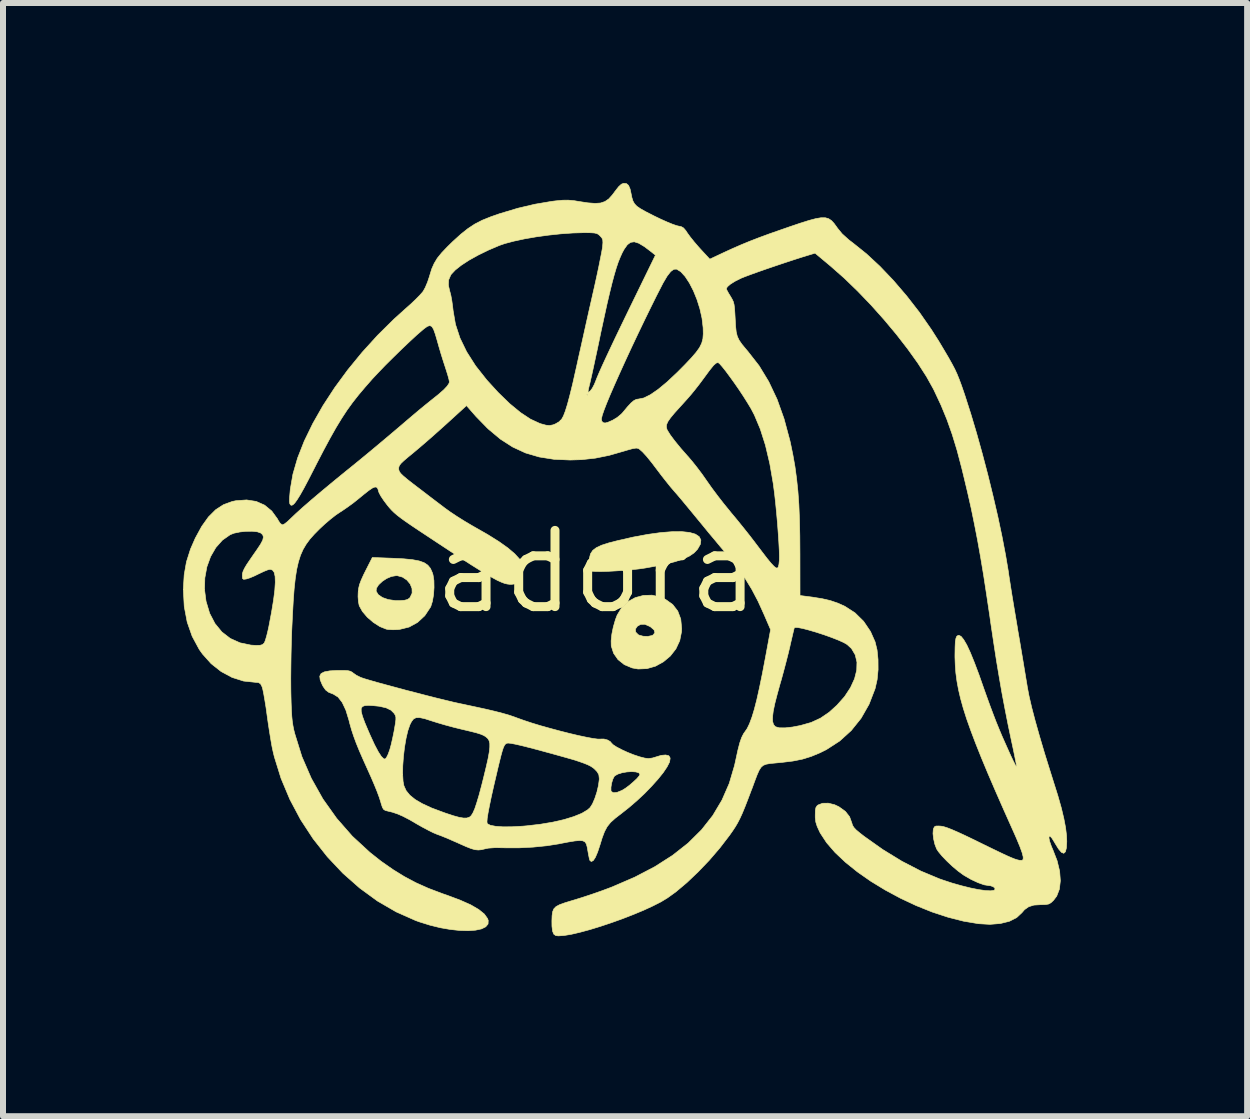
<source format=kicad_pcb>
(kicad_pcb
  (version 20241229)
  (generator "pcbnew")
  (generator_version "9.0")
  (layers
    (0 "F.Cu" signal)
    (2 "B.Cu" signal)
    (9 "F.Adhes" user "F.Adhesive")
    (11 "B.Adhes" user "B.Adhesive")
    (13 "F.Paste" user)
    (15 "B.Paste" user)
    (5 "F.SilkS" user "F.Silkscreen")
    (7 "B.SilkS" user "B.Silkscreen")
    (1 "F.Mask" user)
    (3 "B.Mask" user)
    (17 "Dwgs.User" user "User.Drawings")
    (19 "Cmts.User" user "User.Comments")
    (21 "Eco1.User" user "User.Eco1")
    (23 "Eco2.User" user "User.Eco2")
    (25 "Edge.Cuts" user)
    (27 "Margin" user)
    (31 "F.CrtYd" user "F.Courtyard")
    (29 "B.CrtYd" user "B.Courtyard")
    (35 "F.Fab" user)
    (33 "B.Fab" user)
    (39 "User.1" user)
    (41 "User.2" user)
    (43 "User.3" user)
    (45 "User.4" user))
  (footprint "adora"
    (layer "F.Cu")
    (at 6.893 6.478)
    (property "Reference" "adora" (at 0 0 0) (layer "F.SilkS") (effects (font (size 1.27 1.27) (thickness 0.15))))
    (attr through_hole)
    (fp_poly (pts (xy 1.547 -0.656) (xy 1.644 -0.628) (xy 1.707 -0.586) (xy 1.735 -0.53) (xy 1.727 -0.46) (xy 1.679 -0.376) (xy 1.677 -0.374) (xy 1.621 -0.315) (xy 1.543 -0.262) (xy 1.44 -0.214) (xy 1.308 -0.17) (xy 1.144 -0.128) (xy 0.943 -0.088) (xy 0.804 -0.063) (xy 0.701 -0.048) (xy 0.579 -0.035) (xy 0.447 -0.024) (xy 0.313 -0.015) (xy 0.185 -0.008) (xy 0.071 -0.005) (xy -0.019 -0.006) (xy -0.079 -0.011) (xy -0.09 -0.013) (xy -0.112 -0.029) (xy -0.124 -0.066) (xy -0.127 -0.134) (xy -0.127 -0.14) (xy -0.122 -0.228) (xy -0.104 -0.299) (xy -0.067 -0.356) (xy -0.007 -0.402) (xy 0.08 -0.443) (xy 0.201 -0.482) (xy 0.341 -0.518) (xy 0.608 -0.579) (xy 0.851 -0.624) (xy 1.067 -0.654) (xy 1.257 -0.669) (xy 1.417 -0.67) (xy 1.547 -0.656)) (stroke (width 0.01) (type solid)) (fill yes) (layer "F.SilkS"))
    (fp_poly (pts (xy 1.066 0.423) (xy 1.146 0.459) (xy 1.266 0.545) (xy 1.35 0.654) (xy 1.4 0.787) (xy 1.415 0.944) (xy 1.413 0.997) (xy 1.383 1.147) (xy 1.319 1.284) (xy 1.226 1.403) (xy 1.11 1.5) (xy 0.979 1.572) (xy 0.836 1.613) (xy 0.689 1.619) (xy 0.589 1.601) (xy 0.459 1.546) (xy 0.355 1.463) (xy 0.281 1.357) (xy 0.242 1.235) (xy 0.24 1.149) (xy 0.252 1.038) (xy 0.269 0.954) (xy 0.644 0.954) (xy 0.649 1.004) (xy 0.691 1.047) (xy 0.704 1.054) (xy 0.773 1.073) (xy 0.852 1.076) (xy 0.919 1.062) (xy 0.941 1.051) (xy 0.969 1.012) (xy 0.955 0.968) (xy 0.9 0.92) (xy 0.884 0.91) (xy 0.802 0.874) (xy 0.733 0.875) (xy 0.677 0.906) (xy 0.644 0.954) (xy 0.269 0.954) (xy 0.277 0.917) (xy 0.311 0.798) (xy 0.34 0.722) (xy 0.415 0.597) (xy 0.518 0.498) (xy 0.641 0.43) (xy 0.778 0.393) (xy 0.922 0.389) (xy 1.066 0.423)) (stroke (width 0.01) (type solid)) (fill yes) (layer "F.SilkS"))
    (fp_poly (pts (xy -3.399 -0.226) (xy -3.217 -0.217) (xy -3.073 -0.203) (xy -2.961 -0.182) (xy -2.876 -0.152) (xy -2.815 -0.111) (xy -2.771 -0.057) (xy -2.74 0.012) (xy -2.728 0.05) (xy -2.713 0.145) (xy -2.711 0.26) (xy -2.719 0.381) (xy -2.738 0.492) (xy -2.765 0.578) (xy -2.77 0.588) (xy -2.865 0.731) (xy -2.986 0.843) (xy -3.126 0.92) (xy -3.284 0.959) (xy -3.313 0.962) (xy -3.394 0.965) (xy -3.47 0.961) (xy -3.507 0.955) (xy -3.614 0.912) (xy -3.722 0.843) (xy -3.823 0.756) (xy -3.904 0.661) (xy -3.956 0.567) (xy -3.959 0.557) (xy -3.971 0.495) (xy -3.977 0.412) (xy -3.975 0.347) (xy -3.973 0.322) (xy -3.676 0.322) (xy -3.64 0.381) (xy -3.571 0.428) (xy -3.475 0.462) (xy -3.359 0.479) (xy -3.283 0.48) (xy -3.204 0.474) (xy -3.153 0.461) (xy -3.12 0.438) (xy -3.109 0.425) (xy -3.076 0.355) (xy -3.078 0.278) (xy -3.108 0.203) (xy -3.163 0.137) (xy -3.236 0.088) (xy -3.323 0.064) (xy -3.344 0.064) (xy -3.421 0.077) (xy -3.501 0.111) (xy -3.575 0.16) (xy -3.635 0.217) (xy -3.671 0.274) (xy -3.676 0.322) (xy -3.973 0.322) (xy -3.968 0.278) (xy -3.953 0.213) (xy -3.925 0.139) (xy -3.883 0.046) (xy -3.853 -0.014) (xy -3.739 -0.239) (xy -3.399 -0.226)) (stroke (width 0.01) (type solid)) (fill yes) (layer "F.SilkS"))
    (fp_poly (pts (xy -4.145 1.647) (xy -4.104 1.657) (xy -4.073 1.674) (xy -4.06 1.685) (xy -4.008 1.722) (xy -3.94 1.756) (xy -3.926 1.762) (xy -3.87 1.781) (xy -3.779 1.808) (xy -3.658 1.843) (xy -3.515 1.882) (xy -3.355 1.925) (xy -3.185 1.971) (xy -3.01 2.016) (xy -2.837 2.061) (xy -2.672 2.103) (xy -2.52 2.14) (xy -2.388 2.172) (xy -2.283 2.195) (xy -2.254 2.201) (xy -2.034 2.248) (xy -1.85 2.288) (xy -1.697 2.324) (xy -1.57 2.357) (xy -1.464 2.387) (xy -1.373 2.418) (xy -1.325 2.436) (xy -1.213 2.476) (xy -1.08 2.52) (xy -0.932 2.565) (xy -0.774 2.609) (xy -0.614 2.652) (xy -0.457 2.692) (xy -0.309 2.727) (xy -0.177 2.755) (xy -0.066 2.776) (xy 0.017 2.787) (xy 0.066 2.787) (xy 0.069 2.786) (xy 0.121 2.786) (xy 0.18 2.802) (xy 0.226 2.829) (xy 0.24 2.847) (xy 0.27 2.879) (xy 0.331 2.919) (xy 0.415 2.963) (xy 0.513 3.008) (xy 0.616 3.049) (xy 0.715 3.082) (xy 0.801 3.104) (xy 0.86 3.111) (xy 0.925 3.103) (xy 0.996 3.082) (xy 1.005 3.079) (xy 1.075 3.058) (xy 1.142 3.052) (xy 1.15 3.052) (xy 1.2 3.064) (xy 1.22 3.094) (xy 1.223 3.112) (xy 1.213 3.17) (xy 1.172 3.25) (xy 1.107 3.347) (xy 1.019 3.456) (xy 0.914 3.573) (xy 0.796 3.695) (xy 0.667 3.815) (xy 0.533 3.93) (xy 0.414 4.024) (xy 0.309 4.105) (xy 0.231 4.175) (xy 0.174 4.246) (xy 0.13 4.328) (xy 0.091 4.431) (xy 0.056 4.545) (xy 0.015 4.669) (xy -0.023 4.758) (xy -0.059 4.812) (xy -0.091 4.827) (xy -0.114 4.809) (xy -0.123 4.78) (xy -0.135 4.722) (xy -0.147 4.655) (xy -0.159 4.586) (xy -0.173 4.535) (xy -0.195 4.501) (xy -0.231 4.482) (xy -0.286 4.477) (xy -0.365 4.484) (xy -0.475 4.502) (xy -0.621 4.53) (xy -0.627 4.532) (xy -0.831 4.564) (xy -1.059 4.587) (xy -1.292 4.599) (xy -1.513 4.599) (xy -1.556 4.598) (xy -1.694 4.596) (xy -1.805 4.604) (xy -1.863 4.616) (xy -1.921 4.63) (xy -1.973 4.635) (xy -2.027 4.63) (xy -2.091 4.612) (xy -2.175 4.579) (xy -2.286 4.53) (xy -2.31 4.519) (xy -2.415 4.473) (xy -2.517 4.429) (xy -2.604 4.394) (xy -2.662 4.373) (xy -2.722 4.348) (xy -2.806 4.306) (xy -2.904 4.254) (xy -2.998 4.201) (xy -3.06 4.164) (xy -1.829 4.164) (xy -1.825 4.194) (xy -1.823 4.197) (xy -1.773 4.223) (xy -1.685 4.24) (xy -1.563 4.249) (xy -1.411 4.248) (xy -1.233 4.238) (xy -1.164 4.232) (xy -0.94 4.206) (xy -0.732 4.171) (xy -0.544 4.128) (xy -0.382 4.078) (xy -0.249 4.024) (xy -0.152 3.966) (xy -0.11 3.928) (xy -0.07 3.865) (xy -0.031 3.774) (xy 0.004 3.667) (xy 0.022 3.589) (xy 0.237 3.589) (xy 0.237 3.644) (xy 0.242 3.66) (xy 0.279 3.681) (xy 0.341 3.674) (xy 0.42 3.642) (xy 0.478 3.607) (xy 0.545 3.557) (xy 0.611 3.5) (xy 0.669 3.446) (xy 0.707 3.401) (xy 0.72 3.375) (xy 0.701 3.349) (xy 0.652 3.334) (xy 0.582 3.329) (xy 0.502 3.334) (xy 0.422 3.348) (xy 0.352 3.37) (xy 0.301 3.399) (xy 0.292 3.409) (xy 0.268 3.455) (xy 0.248 3.521) (xy 0.237 3.589) (xy 0.022 3.589) (xy 0.029 3.559) (xy 0.042 3.462) (xy 0.042 3.441) (xy 0.035 3.38) (xy 0.006 3.33) (xy -0.031 3.291) (xy -0.063 3.264) (xy -0.101 3.239) (xy -0.151 3.214) (xy -0.216 3.188) (xy -0.301 3.158) (xy -0.409 3.124) (xy -0.546 3.085) (xy -0.715 3.038) (xy -0.92 2.982) (xy -0.948 2.974) (xy -1.12 2.929) (xy -1.254 2.895) (xy -1.356 2.872) (xy -1.429 2.858) (xy -1.476 2.853) (xy -1.501 2.857) (xy -1.502 2.857) (xy -1.521 2.87) (xy -1.538 2.892) (xy -1.555 2.927) (xy -1.573 2.981) (xy -1.595 3.06) (xy -1.622 3.168) (xy -1.657 3.313) (xy -1.659 3.323) (xy -1.713 3.553) (xy -1.756 3.744) (xy -1.788 3.899) (xy -1.811 4.019) (xy -1.825 4.107) (xy -1.829 4.164) (xy -3.06 4.164) (xy -3.125 4.127) (xy -3.229 4.073) (xy -3.319 4.034) (xy -3.405 4.005) (xy -3.48 3.987) (xy -3.523 3.976) (xy -3.551 3.958) (xy -3.571 3.925) (xy -3.59 3.867) (xy -3.603 3.822) (xy -3.625 3.754) (xy -3.661 3.657) (xy -3.708 3.542) (xy -3.762 3.416) (xy -3.782 3.372) (xy -3.234 3.372) (xy -3.227 3.49) (xy -3.213 3.564) (xy -3.176 3.646) (xy -3.114 3.722) (xy -3.025 3.794) (xy -2.905 3.864) (xy -2.751 3.935) (xy -2.558 4.007) (xy -2.519 4.021) (xy -2.389 4.064) (xy -2.291 4.091) (xy -2.218 4.103) (xy -2.164 4.102) (xy -2.122 4.088) (xy -2.118 4.086) (xy -2.091 4.062) (xy -2.063 4.017) (xy -2.032 3.947) (xy -1.999 3.848) (xy -1.96 3.718) (xy -1.916 3.552) (xy -1.886 3.433) (xy -1.843 3.256) (xy -1.811 3.115) (xy -1.791 3.005) (xy -1.782 2.922) (xy -1.782 2.86) (xy -1.793 2.814) (xy -1.813 2.781) (xy -1.821 2.772) (xy -1.85 2.747) (xy -1.884 2.726) (xy -1.931 2.706) (xy -1.997 2.685) (xy -2.09 2.661) (xy -2.216 2.631) (xy -2.254 2.622) (xy -2.384 2.59) (xy -2.525 2.552) (xy -2.658 2.513) (xy -2.75 2.484) (xy -2.865 2.447) (xy -2.949 2.429) (xy -3.009 2.43) (xy -3.052 2.451) (xy -3.086 2.495) (xy -3.113 2.548) (xy -3.148 2.649) (xy -3.178 2.778) (xy -3.203 2.925) (xy -3.221 3.08) (xy -3.232 3.232) (xy -3.234 3.372) (xy -3.782 3.372) (xy -3.808 3.314) (xy -3.89 3.132) (xy -3.956 2.981) (xy -4.008 2.853) (xy -4.05 2.739) (xy -4.085 2.633) (xy -4.115 2.527) (xy -4.129 2.471) (xy -4.18 2.305) (xy -4.193 2.277) (xy -3.925 2.277) (xy -3.924 2.329) (xy -3.904 2.406) (xy -3.865 2.512) (xy -3.807 2.649) (xy -3.776 2.72) (xy -3.703 2.879) (xy -3.64 2.998) (xy -3.589 3.077) (xy -3.548 3.116) (xy -3.525 3.119) (xy -3.503 3.094) (xy -3.476 3.04) (xy -3.45 2.968) (xy -3.449 2.966) (xy -3.425 2.879) (xy -3.4 2.769) (xy -3.377 2.657) (xy -3.371 2.622) (xy -3.355 2.528) (xy -3.347 2.464) (xy -3.347 2.423) (xy -3.355 2.393) (xy -3.372 2.364) (xy -3.373 2.361) (xy -3.427 2.306) (xy -3.509 2.266) (xy -3.623 2.24) (xy -3.722 2.23) (xy -3.804 2.225) (xy -3.865 2.229) (xy -3.905 2.245) (xy -3.925 2.277) (xy -4.193 2.277) (xy -4.241 2.176) (xy -4.31 2.087) (xy -4.388 2.038) (xy -4.391 2.037) (xy -4.467 2.007) (xy -4.517 1.969) (xy -4.558 1.911) (xy -4.574 1.881) (xy -4.608 1.8) (xy -4.615 1.739) (xy -4.593 1.695) (xy -4.538 1.667) (xy -4.447 1.65) (xy -4.318 1.643) (xy -4.304 1.643) (xy -4.209 1.643) (xy -4.145 1.647)) (stroke (width 0.01) (type solid)) (fill yes) (layer "F.SilkS"))
    (fp_poly (pts (xy 0.495 -6.469) (xy 0.53 -6.439) (xy 0.556 -6.378) (xy 0.571 -6.309) (xy 0.586 -6.235) (xy 0.604 -6.178) (xy 0.63 -6.132) (xy 0.669 -6.091) (xy 0.729 -6.05) (xy 0.814 -6.002) (xy 0.93 -5.943) (xy 0.955 -5.93) (xy 1.067 -5.876) (xy 1.172 -5.829) (xy 1.263 -5.792) (xy 1.329 -5.769) (xy 1.353 -5.763) (xy 1.407 -5.752) (xy 1.446 -5.73) (xy 1.484 -5.686) (xy 1.512 -5.643) (xy 1.558 -5.58) (xy 1.623 -5.499) (xy 1.696 -5.414) (xy 1.733 -5.373) (xy 1.884 -5.21) (xy 2.122 -5.322) (xy 2.266 -5.388) (xy 2.406 -5.449) (xy 2.549 -5.508) (xy 2.704 -5.568) (xy 2.878 -5.632) (xy 3.081 -5.703) (xy 3.216 -5.75) (xy 3.393 -5.81) (xy 3.536 -5.855) (xy 3.649 -5.885) (xy 3.738 -5.9) (xy 3.808 -5.9) (xy 3.864 -5.884) (xy 3.912 -5.852) (xy 3.955 -5.805) (xy 4.001 -5.742) (xy 4.012 -5.726) (xy 4.089 -5.632) (xy 4.201 -5.531) (xy 4.278 -5.472) (xy 4.495 -5.298) (xy 4.719 -5.09) (xy 4.944 -4.854) (xy 5.165 -4.596) (xy 5.377 -4.323) (xy 5.574 -4.04) (xy 5.7 -3.842) (xy 5.79 -3.691) (xy 5.862 -3.569) (xy 5.919 -3.467) (xy 5.966 -3.378) (xy 6.005 -3.293) (xy 6.041 -3.204) (xy 6.078 -3.104) (xy 6.119 -2.985) (xy 6.137 -2.932) (xy 6.233 -2.632) (xy 6.33 -2.307) (xy 6.425 -1.966) (xy 6.517 -1.616) (xy 6.603 -1.265) (xy 6.683 -0.92) (xy 6.753 -0.589) (xy 6.812 -0.281) (xy 6.859 -0.002) (xy 6.868 0.064) (xy 6.881 0.147) (xy 6.899 0.264) (xy 6.922 0.408) (xy 6.949 0.571) (xy 6.978 0.744) (xy 7.008 0.922) (xy 7.016 0.974) (xy 7.047 1.152) (xy 7.077 1.332) (xy 7.106 1.504) (xy 7.132 1.661) (xy 7.154 1.794) (xy 7.171 1.895) (xy 7.174 1.916) (xy 7.203 2.069) (xy 7.247 2.259) (xy 7.306 2.484) (xy 7.378 2.74) (xy 7.462 3.024) (xy 7.559 3.335) (xy 7.608 3.491) (xy 7.683 3.729) (xy 7.741 3.934) (xy 7.783 4.11) (xy 7.812 4.262) (xy 7.828 4.394) (xy 7.832 4.493) (xy 7.826 4.6) (xy 7.809 4.665) (xy 7.782 4.69) (xy 7.743 4.674) (xy 7.694 4.616) (xy 7.634 4.519) (xy 7.63 4.511) (xy 7.586 4.44) (xy 7.556 4.406) (xy 7.538 4.405) (xy 7.535 4.435) (xy 7.547 4.492) (xy 7.575 4.573) (xy 7.6 4.631) (xy 7.671 4.814) (xy 7.713 4.988) (xy 7.725 5.147) (xy 7.709 5.287) (xy 7.664 5.404) (xy 7.609 5.476) (xy 7.568 5.514) (xy 7.53 5.535) (xy 7.481 5.544) (xy 7.405 5.546) (xy 7.399 5.546) (xy 7.284 5.553) (xy 7.198 5.58) (xy 7.128 5.629) (xy 7.084 5.68) (xy 6.996 5.762) (xy 6.875 5.823) (xy 6.725 5.86) (xy 6.552 5.874) (xy 6.361 5.863) (xy 6.112 5.821) (xy 5.853 5.755) (xy 5.588 5.668) (xy 5.322 5.561) (xy 5.06 5.438) (xy 4.807 5.302) (xy 4.566 5.155) (xy 4.344 5) (xy 4.144 4.839) (xy 3.971 4.676) (xy 3.83 4.513) (xy 3.725 4.353) (xy 3.714 4.331) (xy 3.673 4.242) (xy 3.65 4.169) (xy 3.641 4.094) (xy 3.641 4.052) (xy 3.643 3.975) (xy 3.652 3.928) (xy 3.671 3.899) (xy 3.688 3.885) (xy 3.764 3.856) (xy 3.859 3.855) (xy 3.964 3.881) (xy 4.036 3.915) (xy 4.143 3.992) (xy 4.213 4.081) (xy 4.25 4.183) (xy 4.262 4.223) (xy 4.284 4.259) (xy 4.322 4.3) (xy 4.384 4.352) (xy 4.456 4.408) (xy 4.768 4.629) (xy 5.085 4.823) (xy 5.402 4.987) (xy 5.711 5.116) (xy 5.757 5.132) (xy 5.92 5.186) (xy 6.079 5.231) (xy 6.228 5.268) (xy 6.363 5.295) (xy 6.476 5.311) (xy 6.564 5.315) (xy 6.619 5.307) (xy 6.632 5.299) (xy 6.636 5.274) (xy 6.609 5.248) (xy 6.563 5.231) (xy 6.533 5.228) (xy 6.454 5.215) (xy 6.353 5.179) (xy 6.239 5.126) (xy 6.123 5.059) (xy 6.106 5.048) (xy 6.02 4.985) (xy 5.926 4.906) (xy 5.835 4.82) (xy 5.754 4.736) (xy 5.692 4.661) (xy 5.664 4.618) (xy 5.634 4.54) (xy 5.613 4.449) (xy 5.603 4.361) (xy 5.608 4.292) (xy 5.612 4.279) (xy 5.627 4.249) (xy 5.652 4.236) (xy 5.699 4.235) (xy 5.739 4.238) (xy 5.781 4.246) (xy 5.838 4.264) (xy 5.913 4.293) (xy 6.01 4.335) (xy 6.134 4.392) (xy 6.288 4.466) (xy 6.41 4.526) (xy 6.578 4.608) (xy 6.713 4.673) (xy 6.818 4.723) (xy 6.9 4.759) (xy 6.962 4.784) (xy 7.009 4.799) (xy 7.045 4.807) (xy 7.076 4.808) (xy 7.088 4.807) (xy 7.105 4.792) (xy 7.106 4.751) (xy 7.088 4.68) (xy 7.051 4.578) (xy 6.995 4.443) (xy 6.949 4.339) (xy 6.788 3.979) (xy 6.645 3.654) (xy 6.519 3.361) (xy 6.409 3.097) (xy 6.314 2.859) (xy 6.233 2.645) (xy 6.164 2.451) (xy 6.108 2.275) (xy 6.063 2.113) (xy 6.028 1.963) (xy 6.002 1.822) (xy 5.984 1.687) (xy 5.974 1.555) (xy 5.969 1.423) (xy 5.969 1.382) (xy 5.971 1.256) (xy 5.975 1.166) (xy 5.985 1.108) (xy 5.999 1.074) (xy 6.021 1.06) (xy 6.035 1.058) (xy 6.071 1.076) (xy 6.114 1.129) (xy 6.166 1.218) (xy 6.225 1.345) (xy 6.292 1.51) (xy 6.369 1.714) (xy 6.451 1.948) (xy 6.5 2.085) (xy 6.555 2.237) (xy 6.611 2.386) (xy 6.66 2.513) (xy 6.664 2.522) (xy 6.706 2.625) (xy 6.753 2.737) (xy 6.804 2.852) (xy 6.854 2.964) (xy 6.9 3.066) (xy 6.941 3.152) (xy 6.973 3.215) (xy 6.992 3.25) (xy 6.997 3.254) (xy 6.995 3.233) (xy 6.985 3.176) (xy 6.968 3.09) (xy 6.946 2.982) (xy 6.919 2.856) (xy 6.91 2.814) (xy 6.854 2.547) (xy 6.803 2.288) (xy 6.754 2.03) (xy 6.708 1.765) (xy 6.661 1.484) (xy 6.614 1.179) (xy 6.564 0.843) (xy 6.55 0.742) (xy 6.496 0.381) (xy 6.446 0.055) (xy 6.396 -0.245) (xy 6.346 -0.525) (xy 6.294 -0.792) (xy 6.24 -1.055) (xy 6.18 -1.321) (xy 6.114 -1.597) (xy 6.083 -1.725) (xy 6.004 -2.025) (xy 5.922 -2.293) (xy 5.834 -2.541) (xy 5.736 -2.779) (xy 5.623 -3.02) (xy 5.609 -3.048) (xy 5.495 -3.253) (xy 5.351 -3.477) (xy 5.182 -3.713) (xy 4.993 -3.957) (xy 4.788 -4.202) (xy 4.572 -4.444) (xy 4.35 -4.675) (xy 4.127 -4.891) (xy 3.907 -5.085) (xy 3.899 -5.092) (xy 3.638 -5.31) (xy 3.539 -5.28) (xy 3.421 -5.244) (xy 3.284 -5.2) (xy 3.135 -5.151) (xy 2.983 -5.1) (xy 2.833 -5.049) (xy 2.693 -5) (xy 2.571 -4.956) (xy 2.474 -4.92) (xy 2.409 -4.894) (xy 2.403 -4.891) (xy 2.305 -4.842) (xy 2.228 -4.794) (xy 2.177 -4.75) (xy 2.159 -4.718) (xy 2.169 -4.693) (xy 2.196 -4.643) (xy 2.227 -4.593) (xy 2.255 -4.545) (xy 2.275 -4.503) (xy 2.288 -4.455) (xy 2.296 -4.393) (xy 2.302 -4.306) (xy 2.307 -4.216) (xy 2.314 -4.091) (xy 2.324 -3.998) (xy 2.342 -3.924) (xy 2.372 -3.86) (xy 2.418 -3.793) (xy 2.484 -3.713) (xy 2.519 -3.672) (xy 2.705 -3.434) (xy 2.866 -3.169) (xy 3.005 -2.875) (xy 3.121 -2.55) (xy 3.218 -2.189) (xy 3.226 -2.155) (xy 3.268 -1.951) (xy 3.303 -1.753) (xy 3.33 -1.553) (xy 3.352 -1.344) (xy 3.368 -1.121) (xy 3.378 -0.875) (xy 3.384 -0.602) (xy 3.386 -0.292) (xy 3.386 -0.284) (xy 3.387 0.395) (xy 3.59 0.421) (xy 3.758 0.448) (xy 3.898 0.481) (xy 4.023 0.524) (xy 4.135 0.575) (xy 4.304 0.684) (xy 4.447 0.825) (xy 4.562 0.995) (xy 4.638 1.167) (xy 4.671 1.302) (xy 4.687 1.461) (xy 4.688 1.631) (xy 4.672 1.797) (xy 4.639 1.943) (xy 4.638 1.947) (xy 4.537 2.208) (xy 4.404 2.441) (xy 4.241 2.644) (xy 4.048 2.819) (xy 3.825 2.963) (xy 3.718 3.016) (xy 3.573 3.076) (xy 3.428 3.121) (xy 3.268 3.153) (xy 3.088 3.175) (xy 2.973 3.186) (xy 2.887 3.194) (xy 2.822 3.206) (xy 2.774 3.225) (xy 2.737 3.258) (xy 2.705 3.309) (xy 2.672 3.383) (xy 2.633 3.486) (xy 2.583 3.622) (xy 2.581 3.625) (xy 2.519 3.789) (xy 2.468 3.92) (xy 2.425 4.024) (xy 2.386 4.109) (xy 2.349 4.181) (xy 2.311 4.246) (xy 2.267 4.313) (xy 2.215 4.387) (xy 2.209 4.395) (xy 2.051 4.601) (xy 1.876 4.805) (xy 1.69 4.999) (xy 1.502 5.178) (xy 1.319 5.332) (xy 1.179 5.433) (xy 1.07 5.499) (xy 0.934 5.568) (xy 0.778 5.64) (xy 0.607 5.711) (xy 0.427 5.781) (xy 0.243 5.847) (xy 0.06 5.908) (xy -0.116 5.962) (xy -0.279 6.006) (xy -0.425 6.04) (xy -0.546 6.06) (xy -0.639 6.066) (xy -0.682 6.061) (xy -0.715 6.038) (xy -0.736 5.987) (xy -0.746 5.905) (xy -0.747 5.817) (xy -0.744 5.73) (xy -0.735 5.665) (xy -0.715 5.616) (xy -0.678 5.578) (xy -0.618 5.546) (xy -0.529 5.514) (xy -0.407 5.477) (xy -0.377 5.468) (xy -0.238 5.425) (xy -0.078 5.372) (xy 0.085 5.315) (xy 0.232 5.26) (xy 0.258 5.25) (xy 0.633 5.088) (xy 0.968 4.913) (xy 1.264 4.724) (xy 1.523 4.52) (xy 1.746 4.299) (xy 1.934 4.06) (xy 2.087 3.803) (xy 2.208 3.526) (xy 2.296 3.228) (xy 2.318 3.128) (xy 2.352 2.971) (xy 2.383 2.851) (xy 2.414 2.762) (xy 2.446 2.698) (xy 2.466 2.67) (xy 2.506 2.612) (xy 2.545 2.532) (xy 2.584 2.427) (xy 2.587 2.42) (xy 2.929 2.42) (xy 2.931 2.493) (xy 2.945 2.543) (xy 2.972 2.576) (xy 2.981 2.582) (xy 3.042 2.599) (xy 3.138 2.6) (xy 3.263 2.586) (xy 3.393 2.561) (xy 3.573 2.51) (xy 3.729 2.438) (xy 3.874 2.339) (xy 4.002 2.223) (xy 4.13 2.079) (xy 4.228 1.93) (xy 4.296 1.782) (xy 4.332 1.639) (xy 4.336 1.505) (xy 4.307 1.383) (xy 4.245 1.278) (xy 4.172 1.211) (xy 4.115 1.178) (xy 4.026 1.138) (xy 3.914 1.094) (xy 3.788 1.049) (xy 3.656 1.006) (xy 3.529 0.969) (xy 3.433 0.944) (xy 3.355 0.929) (xy 3.31 0.926) (xy 3.291 0.936) (xy 3.29 0.938) (xy 3.283 0.967) (xy 3.268 1.029) (xy 3.248 1.115) (xy 3.224 1.217) (xy 3.22 1.238) (xy 3.19 1.363) (xy 3.152 1.512) (xy 3.111 1.667) (xy 3.071 1.813) (xy 3.062 1.841) (xy 3.008 2.037) (xy 2.967 2.196) (xy 2.941 2.322) (xy 2.929 2.42) (xy 2.587 2.42) (xy 2.625 2.294) (xy 2.667 2.131) (xy 2.711 1.934) (xy 2.759 1.701) (xy 2.811 1.428) (xy 2.813 1.418) (xy 2.897 0.963) (xy 2.79 0.715) (xy 2.689 0.492) (xy 2.585 0.294) (xy 2.472 0.109) (xy 2.342 -0.075) (xy 2.188 -0.268) (xy 2.128 -0.339) (xy 2.059 -0.42) (xy 1.972 -0.525) (xy 1.872 -0.644) (xy 1.77 -0.769) (xy 1.671 -0.889) (xy 1.579 -1.001) (xy 1.489 -1.11) (xy 1.407 -1.209) (xy 1.339 -1.289) (xy 1.29 -1.345) (xy 1.285 -1.351) (xy 1.23 -1.415) (xy 1.161 -1.501) (xy 1.085 -1.597) (xy 1.023 -1.679) (xy 0.917 -1.819) (xy 0.831 -1.925) (xy 0.763 -1.999) (xy 0.71 -2.045) (xy 0.693 -2.056) (xy 0.659 -2.062) (xy 0.599 -2.053) (xy 0.508 -2.028) (xy 0.458 -2.013) (xy 0.208 -1.941) (xy -0.024 -1.894) (xy -0.252 -1.869) (xy -0.443 -1.863) (xy -0.713 -1.875) (xy -0.959 -1.914) (xy -1.187 -1.981) (xy -1.401 -2.08) (xy -1.606 -2.212) (xy -1.807 -2.38) (xy -1.838 -2.411) (xy 1.16 -2.411) (xy 1.171 -2.371) (xy 1.178 -2.357) (xy 1.226 -2.28) (xy 1.301 -2.18) (xy 1.398 -2.061) (xy 1.515 -1.928) (xy 1.521 -1.922) (xy 1.59 -1.841) (xy 1.672 -1.738) (xy 1.757 -1.625) (xy 1.834 -1.515) (xy 1.838 -1.509) (xy 1.917 -1.397) (xy 2.014 -1.267) (xy 2.116 -1.136) (xy 2.214 -1.016) (xy 2.232 -0.993) (xy 2.329 -0.877) (xy 2.436 -0.745) (xy 2.541 -0.613) (xy 2.632 -0.495) (xy 2.646 -0.476) (xy 2.754 -0.334) (xy 2.839 -0.223) (xy 2.905 -0.143) (xy 2.954 -0.091) (xy 2.988 -0.065) (xy 3.012 -0.063) (xy 3.026 -0.083) (xy 3.036 -0.124) (xy 3.042 -0.183) (xy 3.043 -0.195) (xy 3.044 -0.263) (xy 3.041 -0.366) (xy 3.034 -0.496) (xy 3.024 -0.645) (xy 3.012 -0.808) (xy 2.997 -0.975) (xy 2.981 -1.14) (xy 2.964 -1.295) (xy 2.946 -1.432) (xy 2.941 -1.471) (xy 2.883 -1.806) (xy 2.811 -2.11) (xy 2.725 -2.38) (xy 2.627 -2.613) (xy 2.571 -2.72) (xy 2.513 -2.816) (xy 2.445 -2.924) (xy 2.371 -3.036) (xy 2.294 -3.147) (xy 2.219 -3.251) (xy 2.151 -3.343) (xy 2.092 -3.417) (xy 2.048 -3.467) (xy 2.022 -3.487) (xy 2.021 -3.487) (xy 1.99 -3.478) (xy 1.948 -3.442) (xy 1.892 -3.373) (xy 1.874 -3.35) (xy 1.78 -3.222) (xy 1.704 -3.12) (xy 1.639 -3.037) (xy 1.578 -2.962) (xy 1.515 -2.889) (xy 1.442 -2.808) (xy 1.392 -2.753) (xy 1.297 -2.648) (xy 1.229 -2.566) (xy 1.186 -2.504) (xy 1.164 -2.454) (xy 1.16 -2.411) (xy -1.838 -2.411) (xy -2.01 -2.587) (xy -2.065 -2.65) (xy -2.17 -2.77) (xy -2.508 -2.462) (xy -2.624 -2.358) (xy -2.744 -2.251) (xy -2.861 -2.149) (xy -2.964 -2.061) (xy -3.045 -1.993) (xy -3.048 -1.99) (xy -3.146 -1.91) (xy -3.215 -1.851) (xy -3.261 -1.807) (xy -3.287 -1.773) (xy -3.298 -1.745) (xy -3.3 -1.715) (xy -3.298 -1.7) (xy -3.29 -1.673) (xy -3.267 -1.64) (xy -3.225 -1.599) (xy -3.16 -1.544) (xy -3.067 -1.471) (xy -3.012 -1.429) (xy -2.899 -1.343) (xy -2.778 -1.25) (xy -2.662 -1.162) (xy -2.563 -1.087) (xy -2.536 -1.066) (xy -2.443 -0.999) (xy -2.326 -0.921) (xy -2.198 -0.841) (xy -2.073 -0.767) (xy -2.043 -0.75) (xy -1.817 -0.621) (xy -1.63 -0.504) (xy -1.481 -0.398) (xy -1.368 -0.302) (xy -1.29 -0.217) (xy -1.258 -0.166) (xy -1.23 -0.07) (xy -1.236 0.033) (xy -1.274 0.126) (xy -1.276 0.129) (xy -1.316 0.178) (xy -1.363 0.201) (xy -1.414 0.208) (xy -1.452 0.208) (xy -1.492 0.203) (xy -1.538 0.192) (xy -1.592 0.171) (xy -1.658 0.141) (xy -1.737 0.098) (xy -1.834 0.043) (xy -1.949 -0.028) (xy -2.088 -0.115) (xy -2.251 -0.22) (xy -2.442 -0.345) (xy -2.664 -0.491) (xy -2.797 -0.579) (xy -2.956 -0.684) (xy -3.083 -0.769) (xy -3.185 -0.839) (xy -3.264 -0.896) (xy -3.326 -0.944) (xy -3.376 -0.987) (xy -3.417 -1.027) (xy -3.455 -1.069) (xy -3.491 -1.113) (xy -3.549 -1.19) (xy -3.597 -1.262) (xy -3.627 -1.318) (xy -3.634 -1.338) (xy -3.647 -1.383) (xy -3.665 -1.409) (xy -3.694 -1.414) (xy -3.737 -1.397) (xy -3.799 -1.355) (xy -3.885 -1.287) (xy -3.969 -1.218) (xy -4.059 -1.146) (xy -4.157 -1.075) (xy -4.246 -1.014) (xy -4.278 -0.994) (xy -4.349 -0.946) (xy -4.437 -0.877) (xy -4.532 -0.796) (xy -4.619 -0.715) (xy -4.705 -0.628) (xy -4.779 -0.545) (xy -4.841 -0.461) (xy -4.893 -0.373) (xy -4.936 -0.276) (xy -4.971 -0.165) (xy -5 -0.038) (xy -5.023 0.111) (xy -5.042 0.286) (xy -5.057 0.491) (xy -5.07 0.731) (xy -5.082 0.981) (xy -5.088 1.166) (xy -5.093 1.37) (xy -5.096 1.577) (xy -5.098 1.776) (xy -5.097 1.951) (xy -5.096 2.018) (xy -5.092 2.179) (xy -5.087 2.305) (xy -5.081 2.406) (xy -5.073 2.488) (xy -5.062 2.561) (xy -5.048 2.632) (xy -5.031 2.699) (xy -4.913 3.079) (xy -4.756 3.441) (xy -4.563 3.785) (xy -4.334 4.107) (xy -4.073 4.405) (xy -3.779 4.676) (xy -3.593 4.823) (xy -3.394 4.962) (xy -3.204 5.079) (xy -3.012 5.181) (xy -2.804 5.274) (xy -2.569 5.363) (xy -2.493 5.389) (xy -2.277 5.47) (xy -2.101 5.548) (xy -1.967 5.626) (xy -1.873 5.702) (xy -1.819 5.778) (xy -1.808 5.809) (xy -1.811 5.868) (xy -1.85 5.915) (xy -1.921 5.95) (xy -2.02 5.971) (xy -2.142 5.98) (xy -2.283 5.976) (xy -2.44 5.959) (xy -2.607 5.93) (xy -2.781 5.887) (xy -2.957 5.832) (xy -3.018 5.81) (xy -3.342 5.666) (xy -3.654 5.485) (xy -3.951 5.268) (xy -4.231 5.021) (xy -4.489 4.747) (xy -4.725 4.448) (xy -4.934 4.129) (xy -5.113 3.792) (xy -5.26 3.442) (xy -5.372 3.082) (xy -5.393 2.995) (xy -5.411 2.911) (xy -5.431 2.796) (xy -5.453 2.661) (xy -5.475 2.517) (xy -5.492 2.396) (xy -5.51 2.264) (xy -5.53 2.141) (xy -5.548 2.037) (xy -5.564 1.959) (xy -5.576 1.915) (xy -5.577 1.914) (xy -5.602 1.866) (xy -5.636 1.845) (xy -5.687 1.841) (xy -5.885 1.82) (xy -6.077 1.759) (xy -6.259 1.661) (xy -6.424 1.531) (xy -6.568 1.37) (xy -6.623 1.293) (xy -6.741 1.074) (xy -6.824 0.837) (xy -6.873 0.578) (xy -6.888 0.297) (xy -6.535 0.297) (xy -6.51 0.49) (xy -6.45 0.691) (xy -6.361 0.862) (xy -6.246 1.002) (xy -6.106 1.11) (xy -5.944 1.183) (xy -5.761 1.221) (xy -5.678 1.226) (xy -5.609 1.224) (xy -5.568 1.212) (xy -5.541 1.186) (xy -5.537 1.18) (xy -5.521 1.14) (xy -5.5 1.069) (xy -5.478 0.979) (xy -5.463 0.91) (xy -5.418 0.671) (xy -5.385 0.47) (xy -5.364 0.305) (xy -5.356 0.175) (xy -5.359 0.077) (xy -5.374 0.01) (xy -5.402 -0.029) (xy -5.441 -0.042) (xy -5.442 -0.042) (xy -5.481 -0.033) (xy -5.544 -0.008) (xy -5.618 0.027) (xy -5.627 0.031) (xy -5.707 0.07) (xy -5.781 0.101) (xy -5.836 0.118) (xy -5.837 0.119) (xy -5.883 0.125) (xy -5.902 0.111) (xy -5.905 0.067) (xy -5.905 0.06) (xy -5.903 0.027) (xy -5.892 -0.009) (xy -5.871 -0.055) (xy -5.836 -0.115) (xy -5.783 -0.194) (xy -5.71 -0.3) (xy -5.667 -0.361) (xy -5.603 -0.457) (xy -5.565 -0.528) (xy -5.554 -0.58) (xy -5.566 -0.618) (xy -5.597 -0.646) (xy -5.656 -0.667) (xy -5.742 -0.676) (xy -5.844 -0.675) (xy -5.948 -0.664) (xy -6.043 -0.644) (xy -6.107 -0.619) (xy -6.237 -0.528) (xy -6.347 -0.404) (xy -6.434 -0.254) (xy -6.496 -0.083) (xy -6.53 0.102) (xy -6.535 0.297) (xy -6.888 0.297) (xy -6.888 0.295) (xy -6.888 0.286) (xy -6.874 0.05) (xy -6.836 -0.167) (xy -6.769 -0.378) (xy -6.689 -0.561) (xy -6.582 -0.757) (xy -6.47 -0.914) (xy -6.35 -1.034) (xy -6.219 -1.119) (xy -6.074 -1.172) (xy -6.012 -1.185) (xy -5.834 -1.198) (xy -5.674 -1.173) (xy -5.534 -1.111) (xy -5.415 -1.013) (xy -5.319 -0.881) (xy -5.304 -0.852) (xy -5.273 -0.806) (xy -5.24 -0.784) (xy -5.235 -0.783) (xy -5.204 -0.797) (xy -5.155 -0.835) (xy -5.1 -0.887) (xy -5.015 -0.968) (xy -4.899 -1.073) (xy -4.755 -1.198) (xy -4.585 -1.342) (xy -4.391 -1.503) (xy -4.176 -1.679) (xy -4.106 -1.735) (xy -3.961 -1.853) (xy -3.797 -1.988) (xy -3.628 -2.129) (xy -3.465 -2.266) (xy -3.321 -2.388) (xy -3.302 -2.404) (xy -3.183 -2.506) (xy -3.065 -2.606) (xy -2.956 -2.698) (xy -2.861 -2.776) (xy -2.788 -2.835) (xy -2.762 -2.856) (xy -2.638 -2.955) (xy -2.548 -3.034) (xy -2.49 -3.096) (xy -2.46 -3.143) (xy -2.455 -3.165) (xy -2.462 -3.204) (xy -2.48 -3.271) (xy -2.506 -3.355) (xy -2.52 -3.399) (xy -2.553 -3.5) (xy -2.592 -3.624) (xy -2.63 -3.753) (xy -2.655 -3.842) (xy -2.69 -3.961) (xy -2.719 -4.042) (xy -2.748 -4.088) (xy -2.781 -4.103) (xy -2.821 -4.091) (xy -2.873 -4.054) (xy -2.896 -4.035) (xy -2.997 -3.948) (xy -3.117 -3.837) (xy -3.25 -3.711) (xy -3.387 -3.577) (xy -3.521 -3.444) (xy -3.642 -3.318) (xy -3.736 -3.218) (xy -3.858 -3.079) (xy -3.967 -2.95) (xy -4.067 -2.823) (xy -4.161 -2.693) (xy -4.252 -2.554) (xy -4.345 -2.401) (xy -4.442 -2.229) (xy -4.549 -2.03) (xy -4.668 -1.801) (xy -4.708 -1.722) (xy -4.801 -1.541) (xy -4.878 -1.395) (xy -4.941 -1.283) (xy -4.992 -1.201) (xy -5.032 -1.146) (xy -5.063 -1.116) (xy -5.087 -1.108) (xy -5.103 -1.116) (xy -5.115 -1.137) (xy -5.12 -1.174) (xy -5.118 -1.236) (xy -5.11 -1.33) (xy -5.106 -1.376) (xy -5.062 -1.628) (xy -4.984 -1.897) (xy -4.873 -2.179) (xy -4.731 -2.471) (xy -4.562 -2.768) (xy -4.367 -3.067) (xy -4.149 -3.364) (xy -3.91 -3.656) (xy -3.652 -3.94) (xy -3.378 -4.211) (xy -3.196 -4.375) (xy -3.105 -4.456) (xy -3.02 -4.536) (xy -2.95 -4.607) (xy -2.902 -4.661) (xy -2.891 -4.676) (xy -2.856 -4.739) (xy -2.841 -4.775) (xy -2.472 -4.775) (xy -2.447 -4.668) (xy -2.445 -4.663) (xy -2.43 -4.604) (xy -2.414 -4.516) (xy -2.4 -4.414) (xy -2.393 -4.352) (xy -2.354 -4.124) (xy -2.279 -3.896) (xy -2.168 -3.667) (xy -2.019 -3.433) (xy -1.831 -3.195) (xy -1.642 -2.988) (xy -1.449 -2.801) (xy -1.269 -2.653) (xy -1.104 -2.544) (xy -0.95 -2.473) (xy -0.925 -2.465) (xy -0.844 -2.443) (xy -0.784 -2.438) (xy -0.728 -2.449) (xy -0.69 -2.464) (xy -0.631 -2.498) (xy -0.586 -2.541) (xy -0.584 -2.543) (xy -0.578 -2.555) (xy 0.079 -2.555) (xy 0.079 -2.52) (xy 0.087 -2.506) (xy 0.111 -2.484) (xy 0.141 -2.48) (xy 0.187 -2.492) (xy 0.26 -2.524) (xy 0.265 -2.526) (xy 0.34 -2.571) (xy 0.409 -2.628) (xy 0.434 -2.655) (xy 0.512 -2.749) (xy 0.572 -2.814) (xy 0.62 -2.854) (xy 0.661 -2.874) (xy 0.697 -2.879) (xy 0.785 -2.897) (xy 0.894 -2.951) (xy 1.023 -3.04) (xy 1.174 -3.165) (xy 1.344 -3.325) (xy 1.468 -3.45) (xy 1.576 -3.564) (xy 1.656 -3.657) (xy 1.713 -3.736) (xy 1.749 -3.809) (xy 1.769 -3.883) (xy 1.775 -3.965) (xy 1.773 -4.064) (xy 1.772 -4.075) (xy 1.754 -4.227) (xy 1.719 -4.383) (xy 1.67 -4.538) (xy 1.611 -4.683) (xy 1.544 -4.813) (xy 1.473 -4.921) (xy 1.4 -5.001) (xy 1.33 -5.044) (xy 1.284 -5.041) (xy 1.232 -5.003) (xy 1.173 -4.927) (xy 1.105 -4.812) (xy 1.088 -4.779) (xy 0.995 -4.598) (xy 0.896 -4.398) (xy 0.792 -4.185) (xy 0.686 -3.964) (xy 0.581 -3.742) (xy 0.48 -3.524) (xy 0.385 -3.315) (xy 0.299 -3.122) (xy 0.224 -2.95) (xy 0.164 -2.805) (xy 0.124 -2.702) (xy 0.093 -2.613) (xy 0.079 -2.555) (xy -0.578 -2.555) (xy -0.555 -2.596) (xy -0.523 -2.679) (xy -0.487 -2.795) (xy -0.447 -2.945) (xy -0.445 -2.953) (xy -0.169 -2.953) (xy -0.159 -2.942) (xy -0.148 -2.953) (xy -0.159 -2.963) (xy -0.169 -2.953) (xy -0.445 -2.953) (xy -0.432 -3.006) (xy -0.145 -3.006) (xy -0.141 -2.991) (xy -0.125 -3) (xy -0.106 -3.016) (xy -0.075 -3.057) (xy -0.041 -3.121) (xy -0.022 -3.167) (xy 0.006 -3.238) (xy 0.043 -3.325) (xy 0.091 -3.433) (xy 0.151 -3.563) (xy 0.224 -3.719) (xy 0.311 -3.903) (xy 0.414 -4.117) (xy 0.534 -4.365) (xy 0.608 -4.517) (xy 0.978 -5.276) (xy 0.909 -5.332) (xy 0.794 -5.419) (xy 0.701 -5.475) (xy 0.626 -5.499) (xy 0.564 -5.49) (xy 0.51 -5.45) (xy 0.458 -5.377) (xy 0.425 -5.317) (xy 0.393 -5.246) (xy 0.36 -5.165) (xy 0.327 -5.068) (xy 0.293 -4.953) (xy 0.256 -4.816) (xy 0.216 -4.653) (xy 0.171 -4.461) (xy 0.122 -4.236) (xy 0.065 -3.974) (xy 0.041 -3.856) (xy 0.007 -3.695) (xy -0.026 -3.542) (xy -0.056 -3.402) (xy -0.082 -3.284) (xy -0.103 -3.192) (xy -0.116 -3.135) (xy -0.118 -3.13) (xy -0.137 -3.05) (xy -0.145 -3.006) (xy -0.432 -3.006) (xy -0.401 -3.132) (xy -0.35 -3.359) (xy -0.338 -3.411) (xy -0.305 -3.562) (xy -0.264 -3.744) (xy -0.219 -3.946) (xy -0.172 -4.158) (xy -0.125 -4.368) (xy -0.08 -4.565) (xy -0.074 -4.593) (xy -0.035 -4.764) (xy 0.001 -4.928) (xy 0.033 -5.078) (xy 0.059 -5.209) (xy 0.08 -5.314) (xy 0.093 -5.387) (xy 0.097 -5.412) (xy 0.103 -5.486) (xy 0.1 -5.532) (xy 0.085 -5.565) (xy 0.056 -5.597) (xy 0.029 -5.622) (xy 0.000301 -5.637) (xy -0.04 -5.646) (xy -0.101 -5.65) (xy -0.193 -5.651) (xy -0.216 -5.651) (xy -0.397 -5.646) (xy -0.596 -5.632) (xy -0.802 -5.61) (xy -1.007 -5.582) (xy -1.203 -5.548) (xy -1.38 -5.51) (xy -1.531 -5.47) (xy -1.621 -5.439) (xy -1.804 -5.361) (xy -1.974 -5.278) (xy -2.127 -5.193) (xy -2.256 -5.109) (xy -2.356 -5.03) (xy -2.423 -4.959) (xy -2.432 -4.946) (xy -2.468 -4.863) (xy -2.472 -4.775) (xy -2.841 -4.775) (xy -2.819 -4.827) (xy -2.787 -4.923) (xy -2.781 -4.944) (xy -2.749 -5.048) (xy -2.709 -5.138) (xy -2.657 -5.225) (xy -2.585 -5.314) (xy -2.489 -5.415) (xy -2.398 -5.504) (xy -2.266 -5.624) (xy -2.148 -5.718) (xy -2.033 -5.794) (xy -1.909 -5.858) (xy -1.765 -5.916) (xy -1.619 -5.967) (xy -1.316 -6.058) (xy -1.031 -6.125) (xy -0.749 -6.173) (xy -0.684 -6.181) (xy -0.57 -6.192) (xy -0.474 -6.193) (xy -0.375 -6.184) (xy -0.298 -6.171) (xy -0.147 -6.148) (xy -0.029 -6.139) (xy 0.063 -6.145) (xy 0.137 -6.17) (xy 0.201 -6.214) (xy 0.261 -6.281) (xy 0.304 -6.339) (xy 0.364 -6.416) (xy 0.411 -6.459) (xy 0.447 -6.473) (xy 0.495 -6.469)) (stroke (width 0.01) (type solid)) (fill yes) (layer "F.SilkS")))
  (gr_rect
    (start -3 -3)
    (end 17.73 15.549)
    (stroke (width 0.1) (type default))
    (fill no)
    (layer "Edge.Cuts")))
</source>
